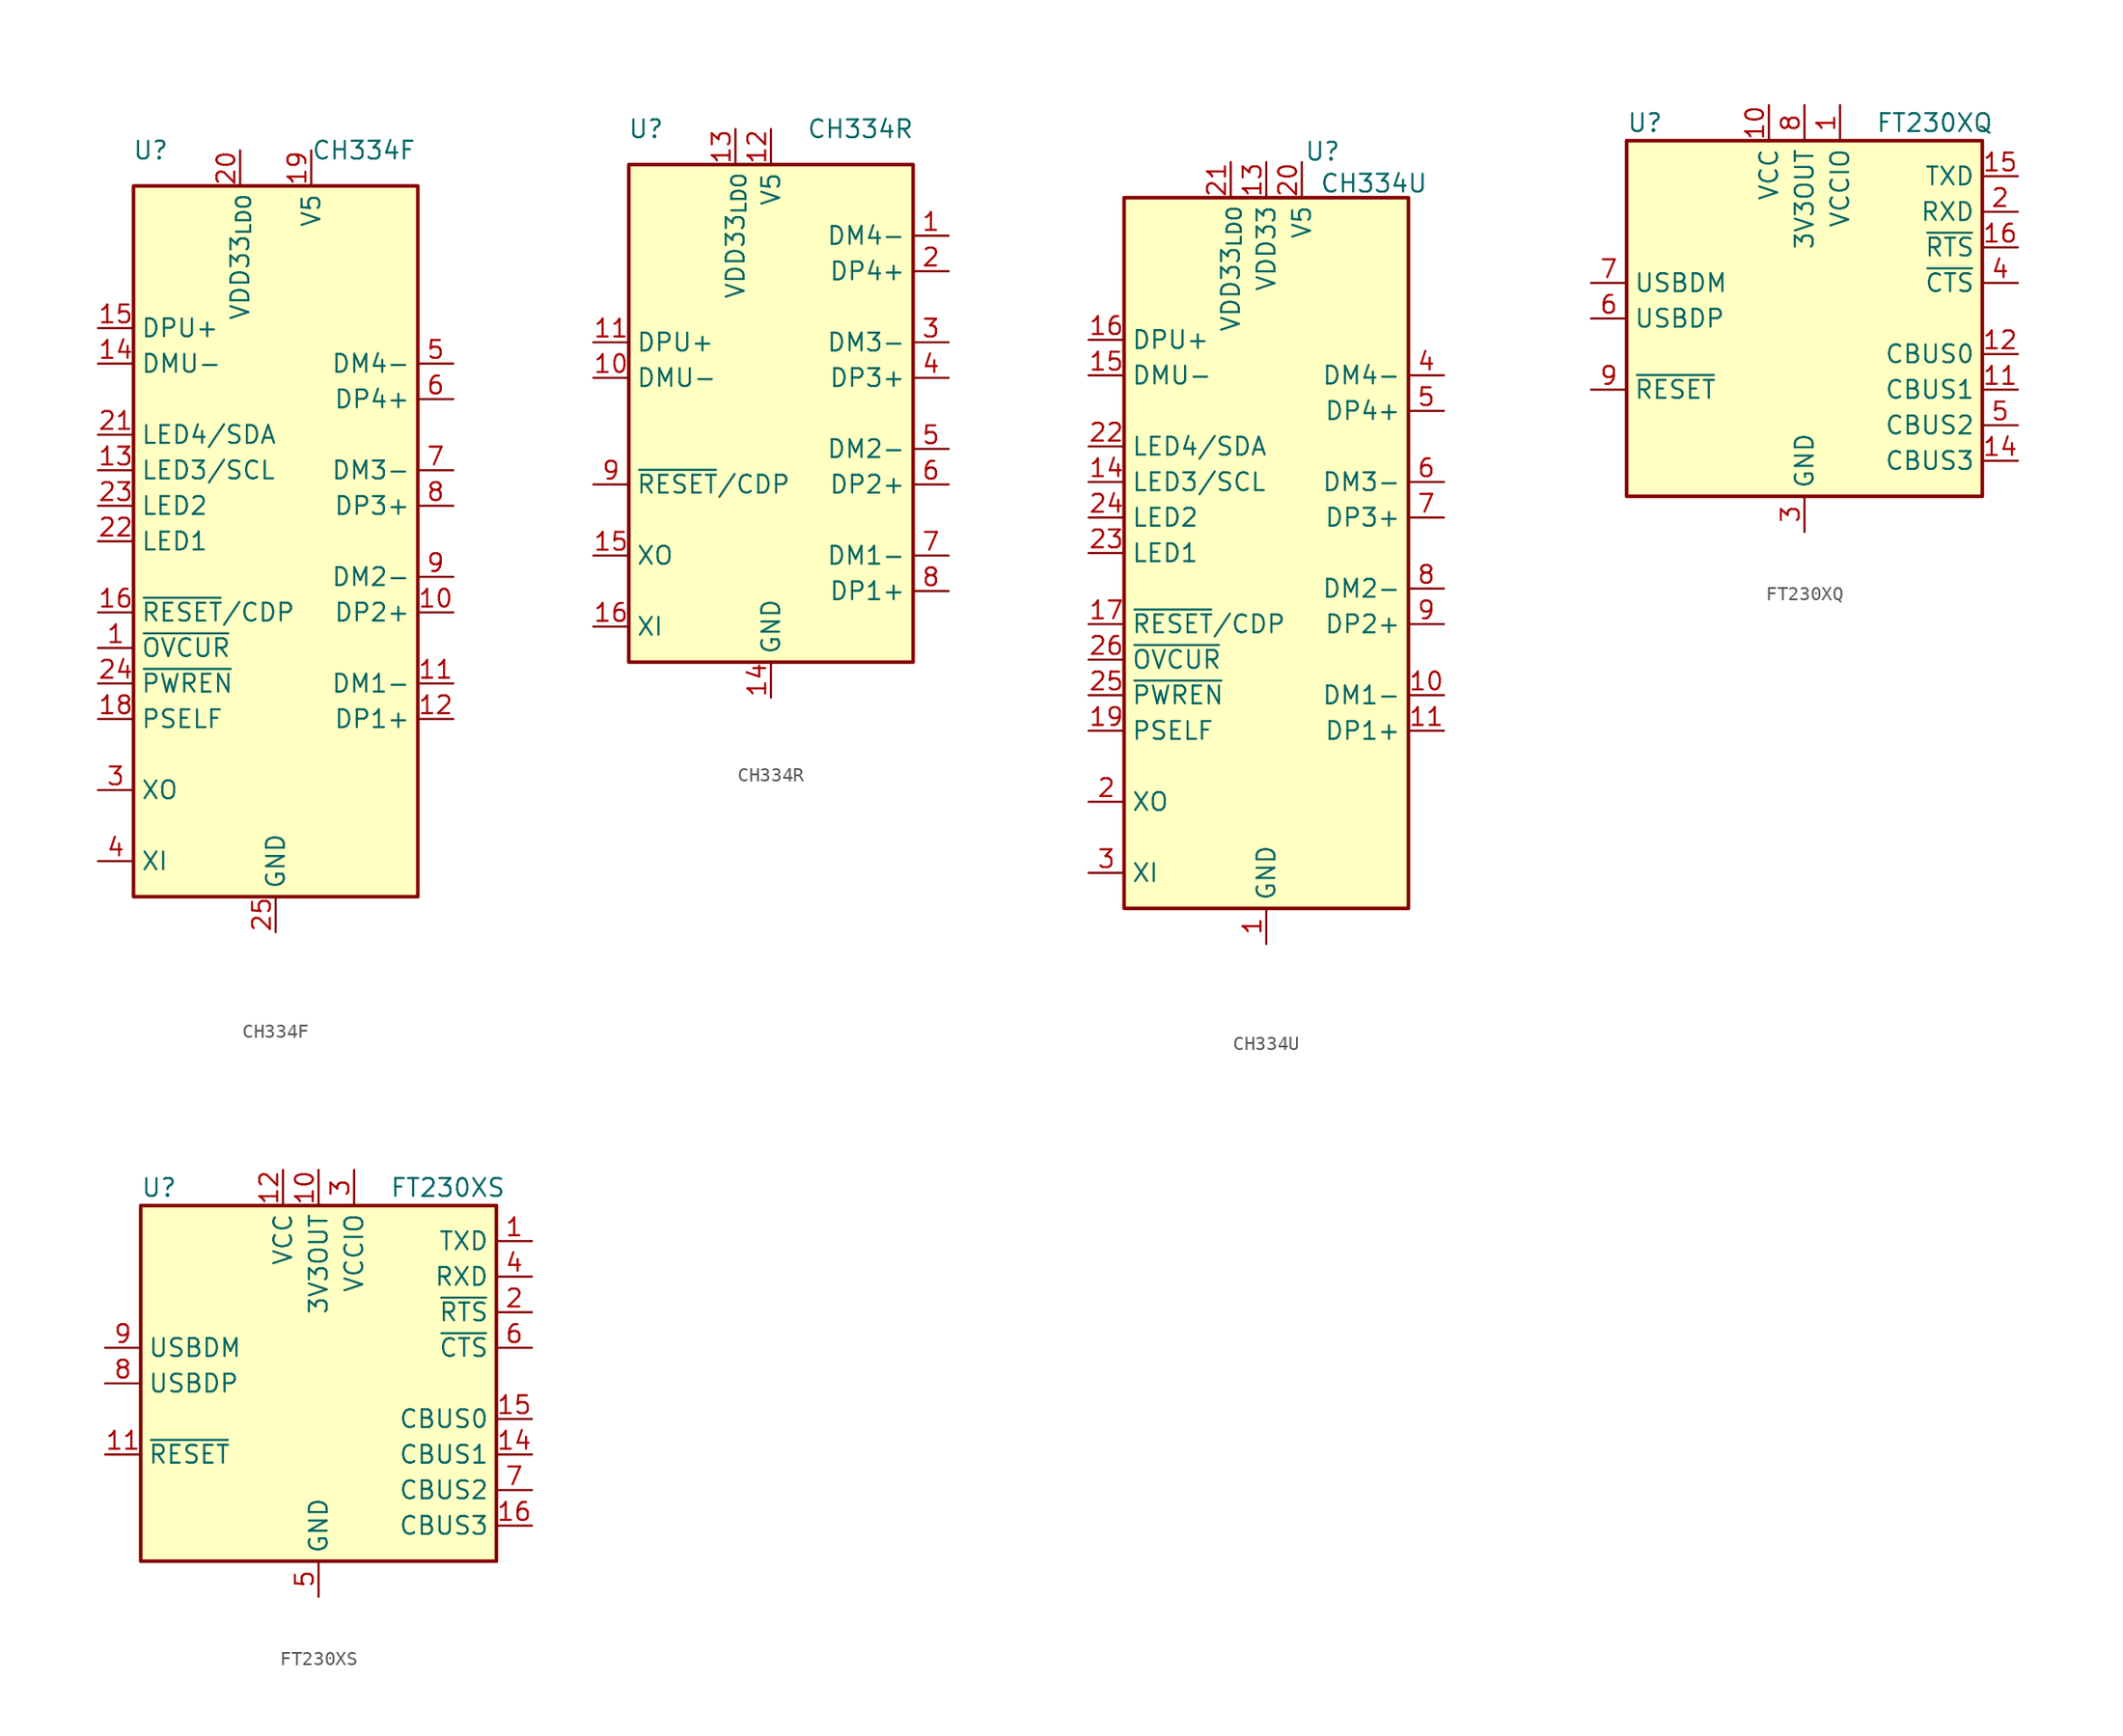
<source format=kicad_sym>
(kicad_symbol_lib
  (version 20241209)
  (generator "kicad_symbol_editor")
  (generator_version "9.0")
  (symbol "CH334F"
    (property "Reference" "U"
      (at -7.62 27.94 0)
      (effects (font (size 1.27 1.27)) (justify right)))
    (property "Value" "CH334F"
      (at 2.54 27.94 0)
      (effects (font (size 1.27 1.27)) (justify left)))
    (symbol "CH334F_0_1"
      (rectangle (start -10.16 25.4) (end 10.16 -25.4) (stroke (width 0.254) (type default)) (fill (type background))))
    (symbol "CH334F_1_1"
      (pin bidirectional line (at -12.7 15.24 0) (length 2.54) (name "DPU+" (effects (font (size 1.27 1.27)))) (number "15" (effects (font (size 1.27 1.27)))))
      (pin bidirectional line (at -12.7 12.7 0) (length 2.54) (name "DMU-" (effects (font (size 1.27 1.27)))) (number "14" (effects (font (size 1.27 1.27)))))
      (pin bidirectional line (at -12.7 7.62 0) (length 2.54) (name "LED4/SDA" (effects (font (size 1.27 1.27)))) (number "21" (effects (font (size 1.27 1.27)))))
      (pin bidirectional line (at -12.7 5.08 0) (length 2.54) (name "LED3/SCL" (effects (font (size 1.27 1.27)))) (number "13" (effects (font (size 1.27 1.27)))))
      (pin bidirectional line (at -12.7 2.54 0) (length 2.54) (name "LED2" (effects (font (size 1.27 1.27)))) (number "23" (effects (font (size 1.27 1.27)))))
      (pin bidirectional line (at -12.7 0 0) (length 2.54) (name "LED1" (effects (font (size 1.27 1.27)))) (number "22" (effects (font (size 1.27 1.27)))))
      (pin input line (at -12.7 -5.08 0) (length 2.54) (name "~{RESET}/CDP" (effects (font (size 1.27 1.27)))) (number "16" (effects (font (size 1.27 1.27)))))
      (pin input line (at -12.7 -7.62 0) (length 2.54) (name "~{OVCUR}" (effects (font (size 1.27 1.27)))) (number "1" (effects (font (size 1.27 1.27)))))
      (pin output line (at -12.7 -10.16 0) (length 2.54) (name "~{PWREN}" (effects (font (size 1.27 1.27)))) (number "24" (effects (font (size 1.27 1.27)))))
      (pin input line (at -12.7 -12.7 0) (length 2.54) (name "PSELF" (effects (font (size 1.27 1.27)))) (number "18" (effects (font (size 1.27 1.27)))))
      (pin passive line (at -12.7 -17.78 0) (length 2.54) (name "XO" (effects (font (size 1.27 1.27)))) (number "3" (effects (font (size 1.27 1.27)))))
      (pin passive line (at -12.7 -22.86 0) (length 2.54) (name "XI" (effects (font (size 1.27 1.27)))) (number "4" (effects (font (size 1.27 1.27)))))
      (pin power_out line (at -2.54 27.94 270) (length 2.54) (name "VDD33_{LDO}" (effects (font (size 1.27 1.27)))) (number "20" (effects (font (size 1.27 1.27)))) (alternate "VDD33" power_in line))
      (pin power_in line (at 0 -27.94 90) (length 2.54) (name "GND" (effects (font (size 1.27 1.27)))) (number "25" (effects (font (size 1.27 1.27)))))
      (pin power_in line (at 2.54 27.94 270) (length 2.54) (name "V5" (effects (font (size 1.27 1.27)))) (number "19" (effects (font (size 1.27 1.27)))))
      (pin no_connect line (at 10.16 -20.32 180) (length 2.54) (hide yes) (name "NC" (effects (font (size 1.27 1.27)))) (number "2" (effects (font (size 1.27 1.27)))))
      (pin no_connect line (at 10.16 -22.86 180) (length 2.54) (hide yes) (name "NC" (effects (font (size 1.27 1.27)))) (number "17" (effects (font (size 1.27 1.27)))))
      (pin bidirectional line (at 12.7 12.7 180) (length 2.54) (name "DM4-" (effects (font (size 1.27 1.27)))) (number "5" (effects (font (size 1.27 1.27)))))
      (pin bidirectional line (at 12.7 10.16 180) (length 2.54) (name "DP4+" (effects (font (size 1.27 1.27)))) (number "6" (effects (font (size 1.27 1.27)))))
      (pin bidirectional line (at 12.7 5.08 180) (length 2.54) (name "DM3-" (effects (font (size 1.27 1.27)))) (number "7" (effects (font (size 1.27 1.27)))))
      (pin bidirectional line (at 12.7 2.54 180) (length 2.54) (name "DP3+" (effects (font (size 1.27 1.27)))) (number "8" (effects (font (size 1.27 1.27)))))
      (pin bidirectional line (at 12.7 -2.54 180) (length 2.54) (name "DM2-" (effects (font (size 1.27 1.27)))) (number "9" (effects (font (size 1.27 1.27)))))
      (pin bidirectional line (at 12.7 -5.08 180) (length 2.54) (name "DP2+" (effects (font (size 1.27 1.27)))) (number "10" (effects (font (size 1.27 1.27)))))
      (pin bidirectional line (at 12.7 -10.16 180) (length 2.54) (name "DM1-" (effects (font (size 1.27 1.27)))) (number "11" (effects (font (size 1.27 1.27)))))
      (pin bidirectional line (at 12.7 -12.7 180) (length 2.54) (name "DP1+" (effects (font (size 1.27 1.27)))) (number "12" (effects (font (size 1.27 1.27)))))))
  (symbol "CH334R"
    (property "Reference" "U"
      (at -7.62 20.32 0)
      (effects (font (size 1.27 1.27)) (justify right)))
    (property "Value" "CH334R"
      (at 2.54 20.32 0)
      (effects (font (size 1.27 1.27)) (justify left)))
    (symbol "CH334R_0_1"
      (rectangle (start -10.16 17.78) (end 10.16 -17.78) (stroke (width 0.254) (type default)) (fill (type background))))
    (symbol "CH334R_1_1"
      (pin bidirectional line (at -12.7 5.08 0) (length 2.54) (name "DPU+" (effects (font (size 1.27 1.27)))) (number "11" (effects (font (size 1.27 1.27)))))
      (pin bidirectional line (at -12.7 2.54 0) (length 2.54) (name "DMU-" (effects (font (size 1.27 1.27)))) (number "10" (effects (font (size 1.27 1.27)))))
      (pin input line (at -12.7 -5.08 0) (length 2.54) (name "~{RESET}/CDP" (effects (font (size 1.27 1.27)))) (number "9" (effects (font (size 1.27 1.27)))))
      (pin passive line (at -12.7 -10.16 0) (length 2.54) (name "XO" (effects (font (size 1.27 1.27)))) (number "15" (effects (font (size 1.27 1.27)))))
      (pin passive line (at -12.7 -15.24 0) (length 2.54) (name "XI" (effects (font (size 1.27 1.27)))) (number "16" (effects (font (size 1.27 1.27)))))
      (pin power_out line (at -2.54 20.32 270) (length 2.54) (name "VDD33_{LDO}" (effects (font (size 1.27 1.27)))) (number "13" (effects (font (size 1.27 1.27)))) (alternate "VDD33" power_in line))
      (pin power_in line (at 0 20.32 270) (length 2.54) (name "V5" (effects (font (size 1.27 1.27)))) (number "12" (effects (font (size 1.27 1.27)))))
      (pin power_in line (at 0 -20.32 90) (length 2.54) (name "GND" (effects (font (size 1.27 1.27)))) (number "14" (effects (font (size 1.27 1.27)))))
      (pin bidirectional line (at 12.7 12.7 180) (length 2.54) (name "DM4-" (effects (font (size 1.27 1.27)))) (number "1" (effects (font (size 1.27 1.27)))))
      (pin bidirectional line (at 12.7 10.16 180) (length 2.54) (name "DP4+" (effects (font (size 1.27 1.27)))) (number "2" (effects (font (size 1.27 1.27)))))
      (pin bidirectional line (at 12.7 5.08 180) (length 2.54) (name "DM3-" (effects (font (size 1.27 1.27)))) (number "3" (effects (font (size 1.27 1.27)))))
      (pin bidirectional line (at 12.7 2.54 180) (length 2.54) (name "DP3+" (effects (font (size 1.27 1.27)))) (number "4" (effects (font (size 1.27 1.27)))))
      (pin bidirectional line (at 12.7 -2.54 180) (length 2.54) (name "DM2-" (effects (font (size 1.27 1.27)))) (number "5" (effects (font (size 1.27 1.27)))))
      (pin bidirectional line (at 12.7 -5.08 180) (length 2.54) (name "DP2+" (effects (font (size 1.27 1.27)))) (number "6" (effects (font (size 1.27 1.27)))))
      (pin bidirectional line (at 12.7 -10.16 180) (length 2.54) (name "DM1-" (effects (font (size 1.27 1.27)))) (number "7" (effects (font (size 1.27 1.27)))))
      (pin bidirectional line (at 12.7 -12.7 180) (length 2.54) (name "DP1+" (effects (font (size 1.27 1.27)))) (number "8" (effects (font (size 1.27 1.27)))))))
  (symbol "CH334U"
    (property "Reference" "U"
      (at 5.334 28.702 0)
      (effects (font (size 1.27 1.27)) (justify right)))
    (property "Value" "CH334U"
      (at 3.81 26.416 0)
      (effects (font (size 1.27 1.27)) (justify left)))
    (symbol "CH334U_0_0"
      (pin bidirectional line (at -12.7 15.24 0) (length 2.54) (name "DPU+" (effects (font (size 1.27 1.27)))) (number "16" (effects (font (size 1.27 1.27)))))
      (pin bidirectional line (at -12.7 12.7 0) (length 2.54) (name "DMU-" (effects (font (size 1.27 1.27)))) (number "15" (effects (font (size 1.27 1.27)))))
      (pin bidirectional line (at -12.7 7.62 0) (length 2.54) (name "LED4/SDA" (effects (font (size 1.27 1.27)))) (number "22" (effects (font (size 1.27 1.27)))))
      (pin bidirectional line (at -12.7 5.08 0) (length 2.54) (name "LED3/SCL" (effects (font (size 1.27 1.27)))) (number "14" (effects (font (size 1.27 1.27)))))
      (pin output line (at -12.7 2.54 0) (length 2.54) (name "LED2" (effects (font (size 1.27 1.27)))) (number "24" (effects (font (size 1.27 1.27)))))
      (pin output line (at -12.7 0 0) (length 2.54) (name "LED1" (effects (font (size 1.27 1.27)))) (number "23" (effects (font (size 1.27 1.27)))))
      (pin input line (at -12.7 -12.7 0) (length 2.54) (name "PSELF" (effects (font (size 1.27 1.27)))) (number "19" (effects (font (size 1.27 1.27)))))
      (pin passive line (at -12.7 -17.78 0) (length 2.54) (name "XO" (effects (font (size 1.27 1.27)))) (number "2" (effects (font (size 1.27 1.27)))))
      (pin passive line (at -12.7 -22.86 0) (length 2.54) (name "XI" (effects (font (size 1.27 1.27)))) (number "3" (effects (font (size 1.27 1.27)))))
      (pin power_in line (at 0 -27.94 90) (length 2.54) (name "GND" (effects (font (size 1.27 1.27)))) (number "1" (effects (font (size 1.27 1.27)))))
      (pin power_in line (at 2.54 27.94 270) (length 2.54) (name "V5" (effects (font (size 1.27 1.27)))) (number "20" (effects (font (size 1.27 1.27)))))
      (pin bidirectional line (at 12.7 12.7 180) (length 2.54) (name "DM4-" (effects (font (size 1.27 1.27)))) (number "4" (effects (font (size 1.27 1.27)))))
      (pin bidirectional line (at 12.7 10.16 180) (length 2.54) (name "DP4+" (effects (font (size 1.27 1.27)))) (number "5" (effects (font (size 1.27 1.27)))))
      (pin bidirectional line (at 12.7 5.08 180) (length 2.54) (name "DM3-" (effects (font (size 1.27 1.27)))) (number "6" (effects (font (size 1.27 1.27)))))
      (pin bidirectional line (at 12.7 2.54 180) (length 2.54) (name "DP3+" (effects (font (size 1.27 1.27)))) (number "7" (effects (font (size 1.27 1.27)))))
      (pin bidirectional line (at 12.7 -2.54 180) (length 2.54) (name "DM2-" (effects (font (size 1.27 1.27)))) (number "8" (effects (font (size 1.27 1.27)))))
      (pin bidirectional line (at 12.7 -5.08 180) (length 2.54) (name "DP2+" (effects (font (size 1.27 1.27)))) (number "9" (effects (font (size 1.27 1.27)))))
      (pin bidirectional line (at 12.7 -10.16 180) (length 2.54) (name "DM1-" (effects (font (size 1.27 1.27)))) (number "10" (effects (font (size 1.27 1.27)))))
      (pin bidirectional line (at 12.7 -12.7 180) (length 2.54) (name "DP1+" (effects (font (size 1.27 1.27)))) (number "11" (effects (font (size 1.27 1.27))))))
    (symbol "CH334U_0_1"
      (rectangle (start -10.16 25.4) (end 10.16 -25.4) (stroke (width 0.254) (type default)) (fill (type background))))
    (symbol "CH334U_1_0"
      (pin input line (at -12.7 -5.08 0) (length 2.54) (name "~{RESET}/CDP" (effects (font (size 1.27 1.27)))) (number "17" (effects (font (size 1.27 1.27)))))
      (pin input line (at -12.7 -7.62 0) (length 2.54) (name "~{OVCUR}" (effects (font (size 1.27 1.27)))) (number "26" (effects (font (size 1.27 1.27)))))
      (pin output line (at -12.7 -10.16 0) (length 2.54) (name "~{PWREN}" (effects (font (size 1.27 1.27)))) (number "25" (effects (font (size 1.27 1.27)))))
      (pin power_out line (at -2.54 27.94 270) (length 2.54) (name "VDD33_{LDO}" (effects (font (size 1.27 1.27)))) (number "21" (effects (font (size 1.27 1.27)))) (alternate "VDD33" power_in line))
      (pin power_in line (at 0 27.94 270) (length 2.54) (name "VDD33" (effects (font (size 1.27 1.27)))) (number "13" (effects (font (size 1.27 1.27)))))
      (pin passive line (at 0 -27.94 90) (length 2.54) (hide yes) (name "GND" (effects (font (size 1.27 1.27)))) (number "12" (effects (font (size 1.27 1.27)))))
      (pin passive line (at 0 -27.94 90) (length 2.54) (hide yes) (name "GND" (effects (font (size 1.27 1.27)))) (number "28" (effects (font (size 1.27 1.27)))))
      (pin no_connect line (at 10.16 -20.32 180) (length 2.54) (hide yes) (name "NC" (effects (font (size 1.27 1.27)))) (number "18" (effects (font (size 1.27 1.27)))))
      (pin no_connect line (at 10.16 -22.86 180) (length 2.54) (hide yes) (name "NC" (effects (font (size 1.27 1.27)))) (number "27" (effects (font (size 1.27 1.27)))))))
  (symbol "FT230XQ"
    (property "Reference" "U"
      (at -12.7 13.97 0)
      (effects (font (size 1.27 1.27)) (justify left)))
    (property "Value" "FT230XQ"
      (at 5.08 13.97 0)
      (effects (font (size 1.27 1.27)) (justify left)))
    (symbol "FT230XQ_0_1"
      (rectangle (start -12.7 12.7) (end 12.7 -12.7) (stroke (width 0.254) (type default)) (fill (type background))))
    (symbol "FT230XQ_1_1"
      (pin bidirectional line (at -15.24 2.54 0) (length 2.54) (name "USBDM" (effects (font (size 1.27 1.27)))) (number "7" (effects (font (size 1.27 1.27)))))
      (pin bidirectional line (at -15.24 0 0) (length 2.54) (name "USBDP" (effects (font (size 1.27 1.27)))) (number "6" (effects (font (size 1.27 1.27)))))
      (pin input line (at -15.24 -5.08 0) (length 2.54) (name "~{RESET}" (effects (font (size 1.27 1.27)))) (number "9" (effects (font (size 1.27 1.27)))))
      (pin power_in line (at -2.54 15.24 270) (length 2.54) (name "VCC" (effects (font (size 1.27 1.27)))) (number "10" (effects (font (size 1.27 1.27)))))
      (pin power_out line (at 0 15.24 270) (length 2.54) (name "3V3OUT" (effects (font (size 1.27 1.27)))) (number "8" (effects (font (size 1.27 1.27)))) (alternate "VCC_{IN}" input line))
      (pin passive line (at 0 -15.24 90) (length 2.54) (hide yes) (name "GND" (effects (font (size 1.27 1.27)))) (number "13" (effects (font (size 1.27 1.27)))))
      (pin passive line (at 0 -15.24 90) (length 2.54) (hide yes) (name "GND" (effects (font (size 1.27 1.27)))) (number "17" (effects (font (size 1.27 1.27)))))
      (pin power_in line (at 0 -15.24 90) (length 2.54) (name "GND" (effects (font (size 1.27 1.27)))) (number "3" (effects (font (size 1.27 1.27)))))
      (pin power_in line (at 2.54 15.24 270) (length 2.54) (name "VCCIO" (effects (font (size 1.27 1.27)))) (number "1" (effects (font (size 1.27 1.27)))))
      (pin output line (at 15.24 10.16 180) (length 2.54) (name "TXD" (effects (font (size 1.27 1.27)))) (number "15" (effects (font (size 1.27 1.27)))))
      (pin input line (at 15.24 7.62 180) (length 2.54) (name "RXD" (effects (font (size 1.27 1.27)))) (number "2" (effects (font (size 1.27 1.27)))))
      (pin output line (at 15.24 5.08 180) (length 2.54) (name "~{RTS}" (effects (font (size 1.27 1.27)))) (number "16" (effects (font (size 1.27 1.27)))))
      (pin input line (at 15.24 2.54 180) (length 2.54) (name "~{CTS}" (effects (font (size 1.27 1.27)))) (number "4" (effects (font (size 1.27 1.27)))))
      (pin bidirectional line (at 15.24 -2.54 180) (length 2.54) (name "CBUS0" (effects (font (size 1.27 1.27)))) (number "12" (effects (font (size 1.27 1.27)))))
      (pin bidirectional line (at 15.24 -5.08 180) (length 2.54) (name "CBUS1" (effects (font (size 1.27 1.27)))) (number "11" (effects (font (size 1.27 1.27)))))
      (pin bidirectional line (at 15.24 -7.62 180) (length 2.54) (name "CBUS2" (effects (font (size 1.27 1.27)))) (number "5" (effects (font (size 1.27 1.27)))))
      (pin bidirectional line (at 15.24 -10.16 180) (length 2.54) (name "CBUS3" (effects (font (size 1.27 1.27)))) (number "14" (effects (font (size 1.27 1.27)))))))
  (symbol "FT230XS"
    (property "Reference" "U"
      (at -12.7 13.97 0)
      (effects (font (size 1.27 1.27)) (justify left)))
    (property "Value" "FT230XS"
      (at 5.08 13.97 0)
      (effects (font (size 1.27 1.27)) (justify left)))
    (symbol "FT230XS_0_1"
      (rectangle (start -12.7 12.7) (end 12.7 -12.7) (stroke (width 0.254) (type default)) (fill (type background))))
    (symbol "FT230XS_1_1"
      (pin bidirectional line (at -15.24 2.54 0) (length 2.54) (name "USBDM" (effects (font (size 1.27 1.27)))) (number "9" (effects (font (size 1.27 1.27)))))
      (pin bidirectional line (at -15.24 0 0) (length 2.54) (name "USBDP" (effects (font (size 1.27 1.27)))) (number "8" (effects (font (size 1.27 1.27)))))
      (pin input line (at -15.24 -5.08 0) (length 2.54) (name "~{RESET}" (effects (font (size 1.27 1.27)))) (number "11" (effects (font (size 1.27 1.27)))))
      (pin power_in line (at -2.54 15.24 270) (length 2.54) (name "VCC" (effects (font (size 1.27 1.27)))) (number "12" (effects (font (size 1.27 1.27)))))
      (pin power_out line (at 0 15.24 270) (length 2.54) (name "3V3OUT" (effects (font (size 1.27 1.27)))) (number "10" (effects (font (size 1.27 1.27)))) (alternate "VCC_{IN}" input line))
      (pin passive line (at 0 -15.24 90) (length 2.54) (hide yes) (name "GND" (effects (font (size 1.27 1.27)))) (number "13" (effects (font (size 1.27 1.27)))))
      (pin power_in line (at 0 -15.24 90) (length 2.54) (name "GND" (effects (font (size 1.27 1.27)))) (number "5" (effects (font (size 1.27 1.27)))))
      (pin power_in line (at 2.54 15.24 270) (length 2.54) (name "VCCIO" (effects (font (size 1.27 1.27)))) (number "3" (effects (font (size 1.27 1.27)))))
      (pin output line (at 15.24 10.16 180) (length 2.54) (name "TXD" (effects (font (size 1.27 1.27)))) (number "1" (effects (font (size 1.27 1.27)))))
      (pin input line (at 15.24 7.62 180) (length 2.54) (name "RXD" (effects (font (size 1.27 1.27)))) (number "4" (effects (font (size 1.27 1.27)))))
      (pin output line (at 15.24 5.08 180) (length 2.54) (name "~{RTS}" (effects (font (size 1.27 1.27)))) (number "2" (effects (font (size 1.27 1.27)))))
      (pin input line (at 15.24 2.54 180) (length 2.54) (name "~{CTS}" (effects (font (size 1.27 1.27)))) (number "6" (effects (font (size 1.27 1.27)))))
      (pin bidirectional line (at 15.24 -2.54 180) (length 2.54) (name "CBUS0" (effects (font (size 1.27 1.27)))) (number "15" (effects (font (size 1.27 1.27)))))
      (pin bidirectional line (at 15.24 -5.08 180) (length 2.54) (name "CBUS1" (effects (font (size 1.27 1.27)))) (number "14" (effects (font (size 1.27 1.27)))))
      (pin bidirectional line (at 15.24 -7.62 180) (length 2.54) (name "CBUS2" (effects (font (size 1.27 1.27)))) (number "7" (effects (font (size 1.27 1.27)))))
      (pin bidirectional line (at 15.24 -10.16 180) (length 2.54) (name "CBUS3" (effects (font (size 1.27 1.27)))) (number "16" (effects (font (size 1.27 1.27))))))))
</source>
